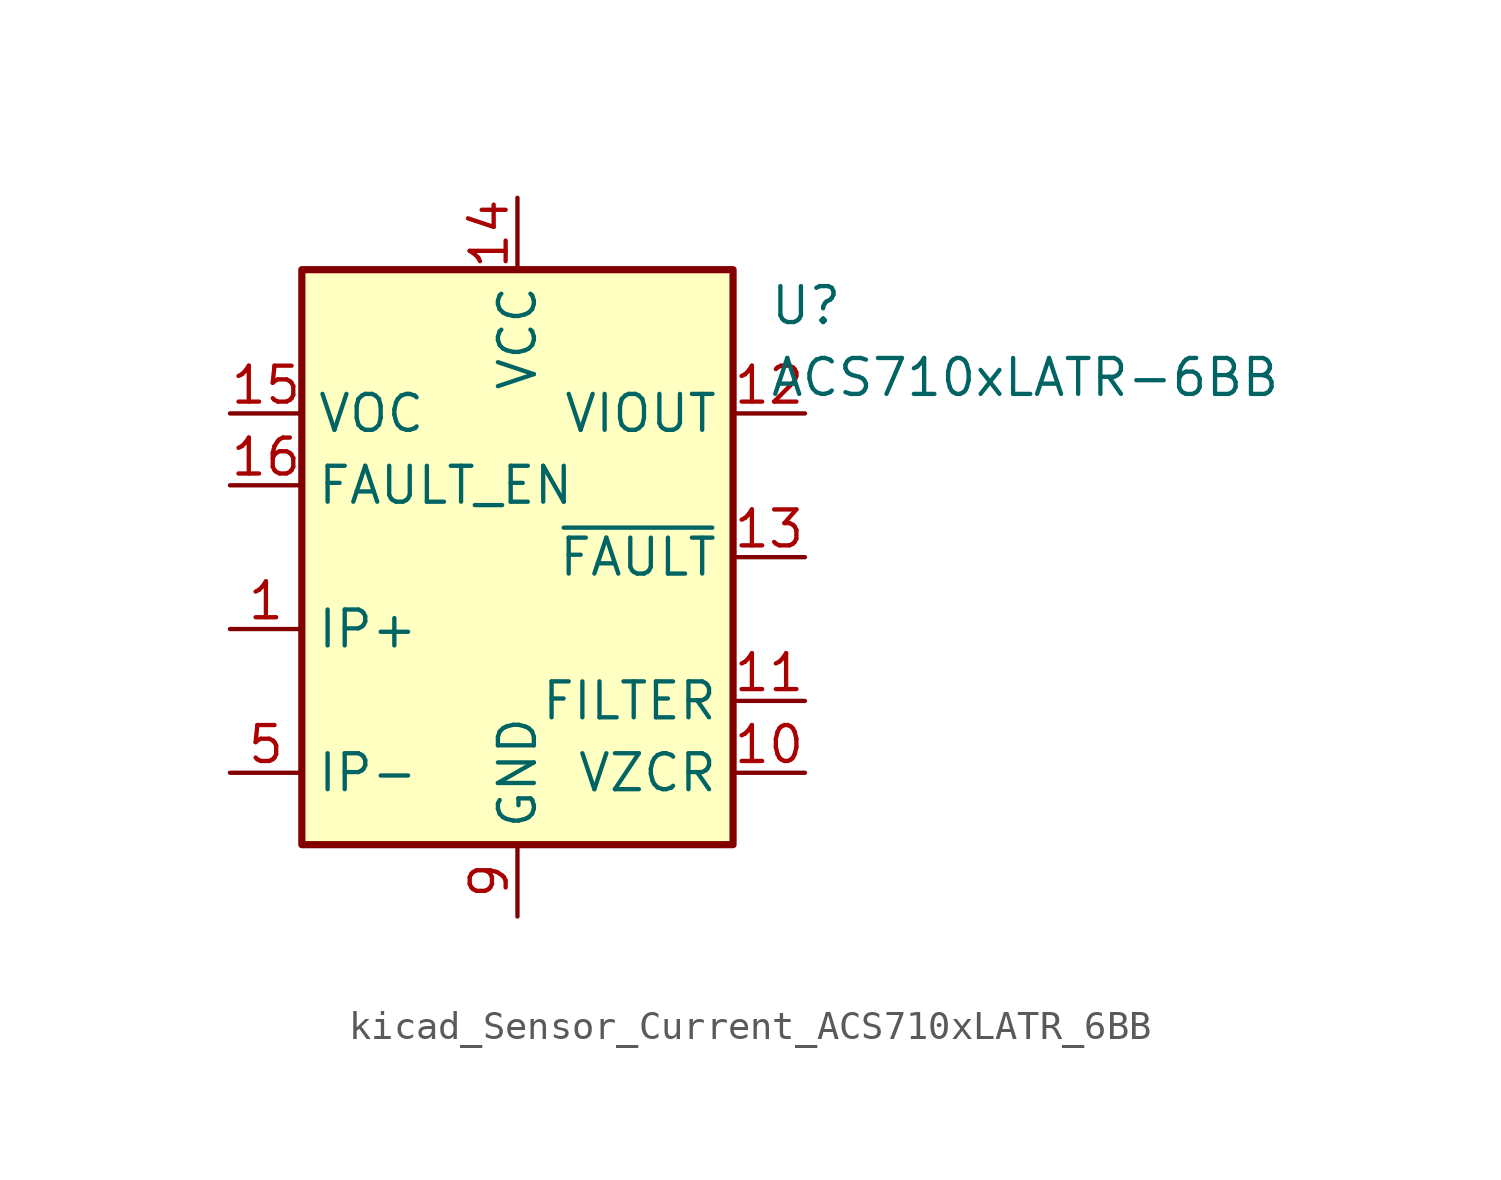
<source format=kicad_sym>
(kicad_symbol_lib
  (version 20220914)
  (generator kicad_symbol_editor)
  (symbol "kicad_Sensor_Current_ACS710xLATR_6BB"
    (property "Reference" "U"
      (at 8.89 8.89 0)
      (effects (font (size 1.27 1.27)) (justify left)))
    (property "Value" "ACS710xLATR-6BB"
      (at 8.89 6.35 0)
      (effects (font (size 1.27 1.27)) (justify left)))
    (symbol "kicad_Sensor_Current_ACS710xLATR_6BB_0_1"
      (rectangle (start -7.62 10.16) (end 7.62 -10.16) (stroke (width 0.254) (type default)) (fill (type background))))
    (symbol "kicad_Sensor_Current_ACS710xLATR_6BB_1_1"
      (pin passive line (at -10.16 -2.54 0) (length 2.54) (name "IP+" (effects (font (size 1.27 1.27)))) (number "1" (effects (font (size 1.27 1.27)))))
      (pin passive line (at 10.16 -7.62 180) (length 2.54) (name "VZCR" (effects (font (size 1.27 1.27)))) (number "10" (effects (font (size 1.27 1.27)))))
      (pin passive line (at 10.16 -5.08 180) (length 2.54) (name "FILTER" (effects (font (size 1.27 1.27)))) (number "11" (effects (font (size 1.27 1.27)))))
      (pin output line (at 10.16 5.08 180) (length 2.54) (name "VIOUT" (effects (font (size 1.27 1.27)))) (number "12" (effects (font (size 1.27 1.27)))))
      (pin output line (at 10.16 0 180) (length 2.54) (name "~{FAULT}" (effects (font (size 1.27 1.27)))) (number "13" (effects (font (size 1.27 1.27)))))
      (pin power_in line (at 0 12.7 270) (length 2.54) (name "VCC" (effects (font (size 1.27 1.27)))) (number "14" (effects (font (size 1.27 1.27)))))
      (pin input line (at -10.16 5.08 0) (length 2.54) (name "VOC" (effects (font (size 1.27 1.27)))) (number "15" (effects (font (size 1.27 1.27)))))
      (pin input line (at -10.16 2.54 0) (length 2.54) (name "FAULT_EN" (effects (font (size 1.27 1.27)))) (number "16" (effects (font (size 1.27 1.27)))))
      (pin passive line (at -10.16 -2.54 0) (length 2.54) hide (name "IP+" (effects (font (size 1.27 1.27)))) (number "2" (effects (font (size 1.27 1.27)))))
      (pin passive line (at -10.16 -2.54 0) (length 2.54) hide (name "IP+" (effects (font (size 1.27 1.27)))) (number "3" (effects (font (size 1.27 1.27)))))
      (pin passive line (at -10.16 -2.54 0) (length 2.54) hide (name "IP+" (effects (font (size 1.27 1.27)))) (number "4" (effects (font (size 1.27 1.27)))))
      (pin passive line (at -10.16 -7.62 0) (length 2.54) (name "IP-" (effects (font (size 1.27 1.27)))) (number "5" (effects (font (size 1.27 1.27)))))
      (pin passive line (at -10.16 -7.62 0) (length 2.54) hide (name "IP-" (effects (font (size 1.27 1.27)))) (number "6" (effects (font (size 1.27 1.27)))))
      (pin passive line (at -10.16 -7.62 0) (length 2.54) hide (name "IP-" (effects (font (size 1.27 1.27)))) (number "7" (effects (font (size 1.27 1.27)))))
      (pin passive line (at -10.16 -7.62 0) (length 2.54) hide (name "IP-" (effects (font (size 1.27 1.27)))) (number "8" (effects (font (size 1.27 1.27)))))
      (pin power_in line (at 0 -12.7 90) (length 2.54) (name "GND" (effects (font (size 1.27 1.27)))) (number "9" (effects (font (size 1.27 1.27))))))))
</source>
